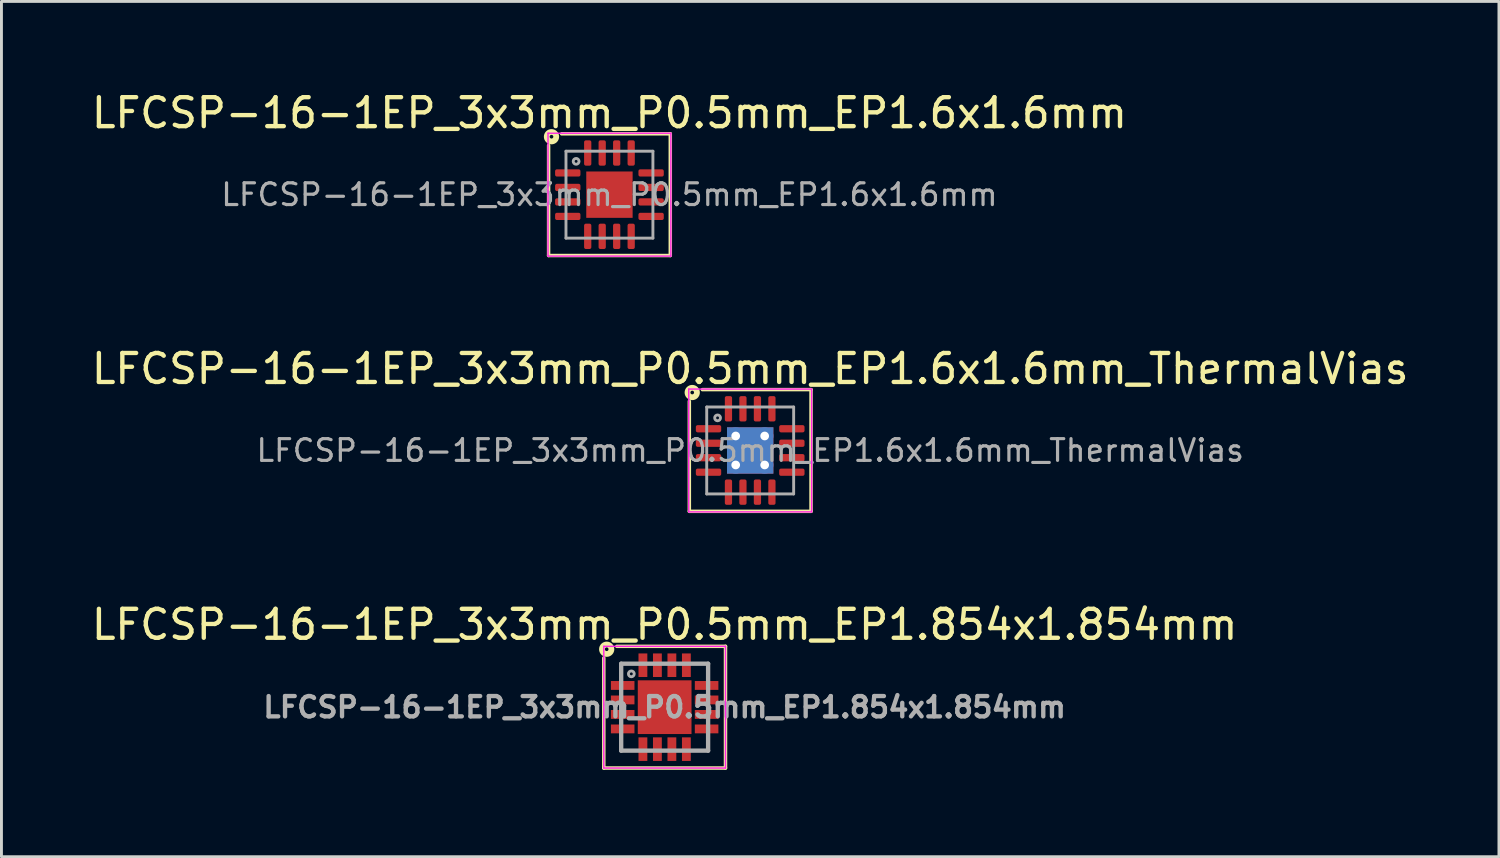
<source format=kicad_pcb>
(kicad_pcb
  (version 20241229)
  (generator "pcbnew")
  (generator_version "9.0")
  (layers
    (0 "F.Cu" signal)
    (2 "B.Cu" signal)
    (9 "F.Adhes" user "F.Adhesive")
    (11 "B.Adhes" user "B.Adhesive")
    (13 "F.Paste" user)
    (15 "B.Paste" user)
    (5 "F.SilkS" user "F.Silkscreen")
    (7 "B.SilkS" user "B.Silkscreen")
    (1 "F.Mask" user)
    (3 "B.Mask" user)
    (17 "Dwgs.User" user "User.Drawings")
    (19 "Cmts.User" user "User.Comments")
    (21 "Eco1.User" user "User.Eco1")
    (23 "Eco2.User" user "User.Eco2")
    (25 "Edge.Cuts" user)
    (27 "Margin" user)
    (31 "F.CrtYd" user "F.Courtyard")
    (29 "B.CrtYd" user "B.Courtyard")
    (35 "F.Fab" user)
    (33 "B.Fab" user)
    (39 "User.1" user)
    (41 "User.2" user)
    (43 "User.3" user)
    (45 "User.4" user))
  (footprint "LFCSP-16-1EP_3x3mm_P0.5mm_EP1.6x1.6mm_ThermalVias"
    (layer "F.Cu")
    (at 22.839 12.496)
    (property "Reference" "LFCSP-16-1EP_3x3mm_P0.5mm_EP1.6x1.6mm_ThermalVias" (at 0 -2.82 0) (layer "F.SilkS") (effects (font (size 1 1) (thickness 0.15))))
    (attr smd)
    (fp_line (start -2.1 2.1) (end -2.1 -1.7) (stroke (width 0.12) (type solid)) (layer "F.SilkS"))
    (fp_line (start 2.1 -2.1) (end -1.65 -2.1) (stroke (width 0.12) (type solid)) (layer "F.SilkS"))
    (fp_line (start 2.1 -2.1) (end 2.1 2.1) (stroke (width 0.12) (type solid)) (layer "F.SilkS"))
    (fp_line (start 2.1 2.1) (end -2.1 2.1) (stroke (width 0.12) (type solid)) (layer "F.SilkS"))
    (fp_circle (center -2 -2) (end -1.937 -2) (stroke (width 0.2) (type solid)) (fill no) (layer "F.SilkS"))
    (fp_line (start -2.12 -2.12) (end -2.12 2.12) (stroke (width 0.05) (type solid)) (layer "F.CrtYd"))
    (fp_line (start -2.12 2.12) (end 2.12 2.12) (stroke (width 0.05) (type solid)) (layer "F.CrtYd"))
    (fp_line (start 2.12 -2.12) (end -2.12 -2.12) (stroke (width 0.05) (type solid)) (layer "F.CrtYd"))
    (fp_line (start 2.12 2.12) (end 2.12 -2.12) (stroke (width 0.05) (type solid)) (layer "F.CrtYd"))
    (fp_line (start -1.5 -1.5) (end 1.5 -1.5) (stroke (width 0.1) (type solid)) (layer "F.Fab"))
    (fp_line (start -1.5 1.5) (end -1.5 -1.5) (stroke (width 0.1) (type solid)) (layer "F.Fab"))
    (fp_line (start 1.5 -1.5) (end 1.5 1.5) (stroke (width 0.1) (type solid)) (layer "F.Fab"))
    (fp_line (start 1.5 1.5) (end -1.5 1.5) (stroke (width 0.1) (type solid)) (layer "F.Fab"))
    (fp_circle (center -1.125 -1.125) (end -1.025 -1.125) (stroke (width 0.1) (type solid)) (fill no) (layer "F.Fab"))
    (fp_text user "${REFERENCE}" (at 0 0 0) (layer "F.Fab") (effects (font (size 0.75 0.75) (thickness 0.11))))
    (pad "" smd roundrect (at -0.4 -0.4) (size 0.69 0.69) (layers "F.Paste") (roundrect_rratio 0.25))
    (pad "" smd roundrect (at -0.4 0.4) (size 0.69 0.69) (layers "F.Paste") (roundrect_rratio 0.25))
    (pad "" smd roundrect (at 0.4 -0.4) (size 0.69 0.69) (layers "F.Paste") (roundrect_rratio 0.25))
    (pad "" smd roundrect (at 0.4 0.4) (size 0.69 0.69) (layers "F.Paste") (roundrect_rratio 0.25))
    (pad "1" smd roundrect (at -1.438 -0.75) (size 0.875 0.25) (layers "F.Cu" "F.Mask" "F.Paste") (roundrect_rratio 0.25))
    (pad "2" smd roundrect (at -1.438 -0.25) (size 0.875 0.25) (layers "F.Cu" "F.Mask" "F.Paste") (roundrect_rratio 0.25))
    (pad "3" smd roundrect (at -1.438 0.25) (size 0.875 0.25) (layers "F.Cu" "F.Mask" "F.Paste") (roundrect_rratio 0.25))
    (pad "4" smd roundrect (at -1.438 0.75) (size 0.875 0.25) (layers "F.Cu" "F.Mask" "F.Paste") (roundrect_rratio 0.25))
    (pad "5" smd roundrect (at -0.75 1.438) (size 0.25 0.875) (layers "F.Cu" "F.Mask" "F.Paste") (roundrect_rratio 0.25))
    (pad "6" smd roundrect (at -0.25 1.438) (size 0.25 0.875) (layers "F.Cu" "F.Mask" "F.Paste") (roundrect_rratio 0.25))
    (pad "7" smd roundrect (at 0.25 1.438) (size 0.25 0.875) (layers "F.Cu" "F.Mask" "F.Paste") (roundrect_rratio 0.25))
    (pad "8" smd roundrect (at 0.75 1.438) (size 0.25 0.875) (layers "F.Cu" "F.Mask" "F.Paste") (roundrect_rratio 0.25))
    (pad "9" smd roundrect (at 1.438 0.75) (size 0.875 0.25) (layers "F.Cu" "F.Mask" "F.Paste") (roundrect_rratio 0.25))
    (pad "10" smd roundrect (at 1.438 0.25) (size 0.875 0.25) (layers "F.Cu" "F.Mask" "F.Paste") (roundrect_rratio 0.25))
    (pad "11" smd roundrect (at 1.438 -0.25) (size 0.875 0.25) (layers "F.Cu" "F.Mask" "F.Paste") (roundrect_rratio 0.25))
    (pad "12" smd roundrect (at 1.438 -0.75) (size 0.875 0.25) (layers "F.Cu" "F.Mask" "F.Paste") (roundrect_rratio 0.25))
    (pad "13" smd roundrect (at 0.75 -1.438) (size 0.25 0.875) (layers "F.Cu" "F.Mask" "F.Paste") (roundrect_rratio 0.25))
    (pad "14" smd roundrect (at 0.25 -1.438) (size 0.25 0.875) (layers "F.Cu" "F.Mask" "F.Paste") (roundrect_rratio 0.25))
    (pad "15" smd roundrect (at -0.25 -1.438) (size 0.25 0.875) (layers "F.Cu" "F.Mask" "F.Paste") (roundrect_rratio 0.25))
    (pad "16" smd roundrect (at -0.75 -1.438) (size 0.25 0.875) (layers "F.Cu" "F.Mask" "F.Paste") (roundrect_rratio 0.25))
    (pad "17" thru_hole circle (at -0.5 -0.5) (size 0.6 0.6) (drill 0.3) (layers "*.Cu"))
    (pad "17" thru_hole circle (at -0.5 0.5) (size 0.6 0.6) (drill 0.3) (layers "*.Cu"))
    (pad "17" smd rect (at 0 0) (size 1.6 1.6) (layers "F.Cu" "F.Mask"))
    (pad "17" smd rect (at 0 0) (size 1.6 1.6) (layers "B.Cu" "B.Mask"))
    (pad "17" thru_hole circle (at 0.5 -0.5) (size 0.6 0.6) (drill 0.3) (layers "*.Cu"))
    (pad "17" thru_hole circle (at 0.5 0.5) (size 0.6 0.6) (drill 0.3) (layers "*.Cu")))
  (footprint "LFCSP-16-1EP_3x3mm_P0.5mm_EP1.6x1.6mm"
    (layer "F.Cu")
    (at 17.982 3.668)
    (property "Reference" "LFCSP-16-1EP_3x3mm_P0.5mm_EP1.6x1.6mm" (at 0 -2.82 0) (layer "F.SilkS") (effects (font (size 1 1) (thickness 0.15))))
    (attr smd)
    (fp_line (start -2.1 2.1) (end -2.1 -1.7) (stroke (width 0.12) (type solid)) (layer "F.SilkS"))
    (fp_line (start 2.1 -2.1) (end -1.65 -2.1) (stroke (width 0.12) (type solid)) (layer "F.SilkS"))
    (fp_line (start 2.1 -2.1) (end 2.1 2.1) (stroke (width 0.12) (type solid)) (layer "F.SilkS"))
    (fp_line (start 2.1 2.1) (end -2.1 2.1) (stroke (width 0.12) (type solid)) (layer "F.SilkS"))
    (fp_circle (center -2 -2) (end -1.937 -2) (stroke (width 0.2) (type solid)) (fill no) (layer "F.SilkS"))
    (fp_line (start -2.12 -2.12) (end -2.12 2.12) (stroke (width 0.05) (type solid)) (layer "F.CrtYd"))
    (fp_line (start -2.12 2.12) (end 2.12 2.12) (stroke (width 0.05) (type solid)) (layer "F.CrtYd"))
    (fp_line (start 2.12 -2.12) (end -2.12 -2.12) (stroke (width 0.05) (type solid)) (layer "F.CrtYd"))
    (fp_line (start 2.12 2.12) (end 2.12 -2.12) (stroke (width 0.05) (type solid)) (layer "F.CrtYd"))
    (fp_line (start -1.5 -1.5) (end 1.5 -1.5) (stroke (width 0.1) (type solid)) (layer "F.Fab"))
    (fp_line (start -1.5 1.5) (end -1.5 -1.5) (stroke (width 0.1) (type solid)) (layer "F.Fab"))
    (fp_line (start 1.5 -1.5) (end 1.5 1.5) (stroke (width 0.1) (type solid)) (layer "F.Fab"))
    (fp_line (start 1.5 1.5) (end -1.5 1.5) (stroke (width 0.1) (type solid)) (layer "F.Fab"))
    (fp_circle (center -1.15 -1.15) (end -1.05 -1.15) (stroke (width 0.1) (type solid)) (fill no) (layer "F.Fab"))
    (fp_text user "${REFERENCE}" (at 0 0 0) (layer "F.Fab") (effects (font (size 0.75 0.75) (thickness 0.11))))
    (pad "" smd roundrect (at -0.4 -0.4) (size 0.64 0.64) (layers "F.Paste") (roundrect_rratio 0.25))
    (pad "" smd roundrect (at -0.4 0.4) (size 0.64 0.64) (layers "F.Paste") (roundrect_rratio 0.25))
    (pad "" smd roundrect (at 0.4 -0.4) (size 0.64 0.64) (layers "F.Paste") (roundrect_rratio 0.25))
    (pad "" smd roundrect (at 0.4 0.4) (size 0.64 0.64) (layers "F.Paste") (roundrect_rratio 0.25))
    (pad "1" smd roundrect (at -1.438 -0.75) (size 0.875 0.25) (layers "F.Cu" "F.Mask" "F.Paste") (roundrect_rratio 0.25))
    (pad "2" smd roundrect (at -1.438 -0.25) (size 0.875 0.25) (layers "F.Cu" "F.Mask" "F.Paste") (roundrect_rratio 0.25))
    (pad "3" smd roundrect (at -1.438 0.25) (size 0.875 0.25) (layers "F.Cu" "F.Mask" "F.Paste") (roundrect_rratio 0.25))
    (pad "4" smd roundrect (at -1.438 0.75) (size 0.875 0.25) (layers "F.Cu" "F.Mask" "F.Paste") (roundrect_rratio 0.25))
    (pad "5" smd roundrect (at -0.75 1.438) (size 0.25 0.875) (layers "F.Cu" "F.Mask" "F.Paste") (roundrect_rratio 0.25))
    (pad "6" smd roundrect (at -0.25 1.438) (size 0.25 0.875) (layers "F.Cu" "F.Mask" "F.Paste") (roundrect_rratio 0.25))
    (pad "7" smd roundrect (at 0.25 1.438) (size 0.25 0.875) (layers "F.Cu" "F.Mask" "F.Paste") (roundrect_rratio 0.25))
    (pad "8" smd roundrect (at 0.75 1.438) (size 0.25 0.875) (layers "F.Cu" "F.Mask" "F.Paste") (roundrect_rratio 0.25))
    (pad "9" smd roundrect (at 1.438 0.75) (size 0.875 0.25) (layers "F.Cu" "F.Mask" "F.Paste") (roundrect_rratio 0.25))
    (pad "10" smd roundrect (at 1.438 0.25) (size 0.875 0.25) (layers "F.Cu" "F.Mask" "F.Paste") (roundrect_rratio 0.25))
    (pad "11" smd roundrect (at 1.438 -0.25) (size 0.875 0.25) (layers "F.Cu" "F.Mask" "F.Paste") (roundrect_rratio 0.25))
    (pad "12" smd roundrect (at 1.438 -0.75) (size 0.875 0.25) (layers "F.Cu" "F.Mask" "F.Paste") (roundrect_rratio 0.25))
    (pad "13" smd roundrect (at 0.75 -1.438) (size 0.25 0.875) (layers "F.Cu" "F.Mask" "F.Paste") (roundrect_rratio 0.25))
    (pad "14" smd roundrect (at 0.25 -1.438) (size 0.25 0.875) (layers "F.Cu" "F.Mask" "F.Paste") (roundrect_rratio 0.25))
    (pad "15" smd roundrect (at -0.25 -1.438) (size 0.25 0.875) (layers "F.Cu" "F.Mask" "F.Paste") (roundrect_rratio 0.25))
    (pad "16" smd roundrect (at -0.75 -1.438) (size 0.25 0.875) (layers "F.Cu" "F.Mask" "F.Paste") (roundrect_rratio 0.25))
    (pad "17" smd rect (at 0 0) (size 1.6 1.6) (layers "F.Cu" "F.Mask")))
  (footprint "LFCSP-16-1EP_3x3mm_P0.5mm_EP1.854x1.854mm"
    (layer "F.Cu")
    (at 19.887 21.355)
    (property "Reference" "LFCSP-16-1EP_3x3mm_P0.5mm_EP1.854x1.854mm" (at 0 -2.85 0) (layer "F.SilkS") (effects (font (size 1 1) (thickness 0.15))))
    (attr smd)
    (fp_line (start -2.1 2.1) (end -2.1 -1.7) (stroke (width 0.12) (type solid)) (layer "F.SilkS"))
    (fp_line (start 2.1 -2.1) (end -1.65 -2.1) (stroke (width 0.12) (type solid)) (layer "F.SilkS"))
    (fp_line (start 2.1 -2.1) (end 2.1 2.1) (stroke (width 0.12) (type solid)) (layer "F.SilkS"))
    (fp_line (start 2.1 2.1) (end -2.1 2.1) (stroke (width 0.12) (type solid)) (layer "F.SilkS"))
    (fp_circle (center -2 -2) (end -1.937 -2) (stroke (width 0.2) (type solid)) (fill no) (layer "F.SilkS"))
    (fp_line (start -2.1 -2.1) (end -2.1 2.1) (stroke (width 0.05) (type solid)) (layer "F.CrtYd"))
    (fp_line (start -2.1 -2.1) (end 2.1 -2.1) (stroke (width 0.05) (type solid)) (layer "F.CrtYd"))
    (fp_line (start -2.1 2.1) (end 2.1 2.1) (stroke (width 0.05) (type solid)) (layer "F.CrtYd"))
    (fp_line (start 2.1 -2.1) (end 2.1 2.1) (stroke (width 0.05) (type solid)) (layer "F.CrtYd"))
    (fp_line (start -1.5 -1.5) (end 1.5 -1.5) (stroke (width 0.15) (type solid)) (layer "F.Fab"))
    (fp_line (start -1.5 1.5) (end -1.5 -1.5) (stroke (width 0.15) (type solid)) (layer "F.Fab"))
    (fp_line (start 1.5 -1.5) (end 1.5 1.5) (stroke (width 0.15) (type solid)) (layer "F.Fab"))
    (fp_line (start 1.5 1.5) (end -1.5 1.5) (stroke (width 0.15) (type solid)) (layer "F.Fab"))
    (fp_circle (center -1.15 -1.15) (end -1.05 -1.15) (stroke (width 0.1) (type solid)) (fill no) (layer "F.Fab"))
    (fp_text user "${REFERENCE}" (at 0 0 0) (layer "F.Fab") (effects (font (size 0.7 0.7) (thickness 0.15))))
    (pad "" smd rect (at -0.45 -0.45) (size 0.7 0.7) (layers "F.Paste"))
    (pad "" smd rect (at -0.45 0.45) (size 0.7 0.7) (layers "F.Paste"))
    (pad "" smd rect (at 0.45 -0.45) (size 0.7 0.7) (layers "F.Paste"))
    (pad "" smd rect (at 0.45 0.45) (size 0.7 0.7) (layers "F.Paste"))
    (pad "1" smd rect (at -1.448 -0.75) (size 0.813 0.305) (layers "F.Cu" "F.Mask" "F.Paste"))
    (pad "2" smd rect (at -1.448 -0.25) (size 0.813 0.305) (layers "F.Cu" "F.Mask" "F.Paste"))
    (pad "3" smd rect (at -1.448 0.25) (size 0.813 0.305) (layers "F.Cu" "F.Mask" "F.Paste"))
    (pad "4" smd rect (at -1.448 0.75) (size 0.813 0.305) (layers "F.Cu" "F.Mask" "F.Paste"))
    (pad "5" smd rect (at -0.75 1.448) (size 0.305 0.813) (layers "F.Cu" "F.Mask" "F.Paste"))
    (pad "6" smd rect (at -0.25 1.448) (size 0.305 0.813) (layers "F.Cu" "F.Mask" "F.Paste"))
    (pad "7" smd rect (at 0.25 1.448) (size 0.305 0.813) (layers "F.Cu" "F.Mask" "F.Paste"))
    (pad "8" smd rect (at 0.75 1.448) (size 0.305 0.813) (layers "F.Cu" "F.Mask" "F.Paste"))
    (pad "9" smd rect (at 1.448 0.75) (size 0.813 0.305) (layers "F.Cu" "F.Mask" "F.Paste"))
    (pad "10" smd rect (at 1.448 0.25) (size 0.813 0.305) (layers "F.Cu" "F.Mask" "F.Paste"))
    (pad "11" smd rect (at 1.448 -0.25) (size 0.813 0.305) (layers "F.Cu" "F.Mask" "F.Paste"))
    (pad "12" smd rect (at 1.448 -0.75) (size 0.813 0.305) (layers "F.Cu" "F.Mask" "F.Paste"))
    (pad "13" smd rect (at 0.75 -1.448) (size 0.305 0.813) (layers "F.Cu" "F.Mask" "F.Paste"))
    (pad "14" smd rect (at 0.25 -1.448) (size 0.305 0.813) (layers "F.Cu" "F.Mask" "F.Paste"))
    (pad "15" smd rect (at -0.25 -1.448) (size 0.305 0.813) (layers "F.Cu" "F.Mask" "F.Paste"))
    (pad "16" smd rect (at -0.75 -1.448) (size 0.305 0.813) (layers "F.Cu" "F.Mask" "F.Paste"))
    (pad "17" smd rect (at 0 0) (size 1.854 1.854) (layers "F.Cu" "F.Mask")))
  (gr_rect
    (start -3 -3)
    (end 48.679 26.515)
    (stroke (width 0.1) (type default))
    (fill no)
    (layer "Edge.Cuts")))
</source>
